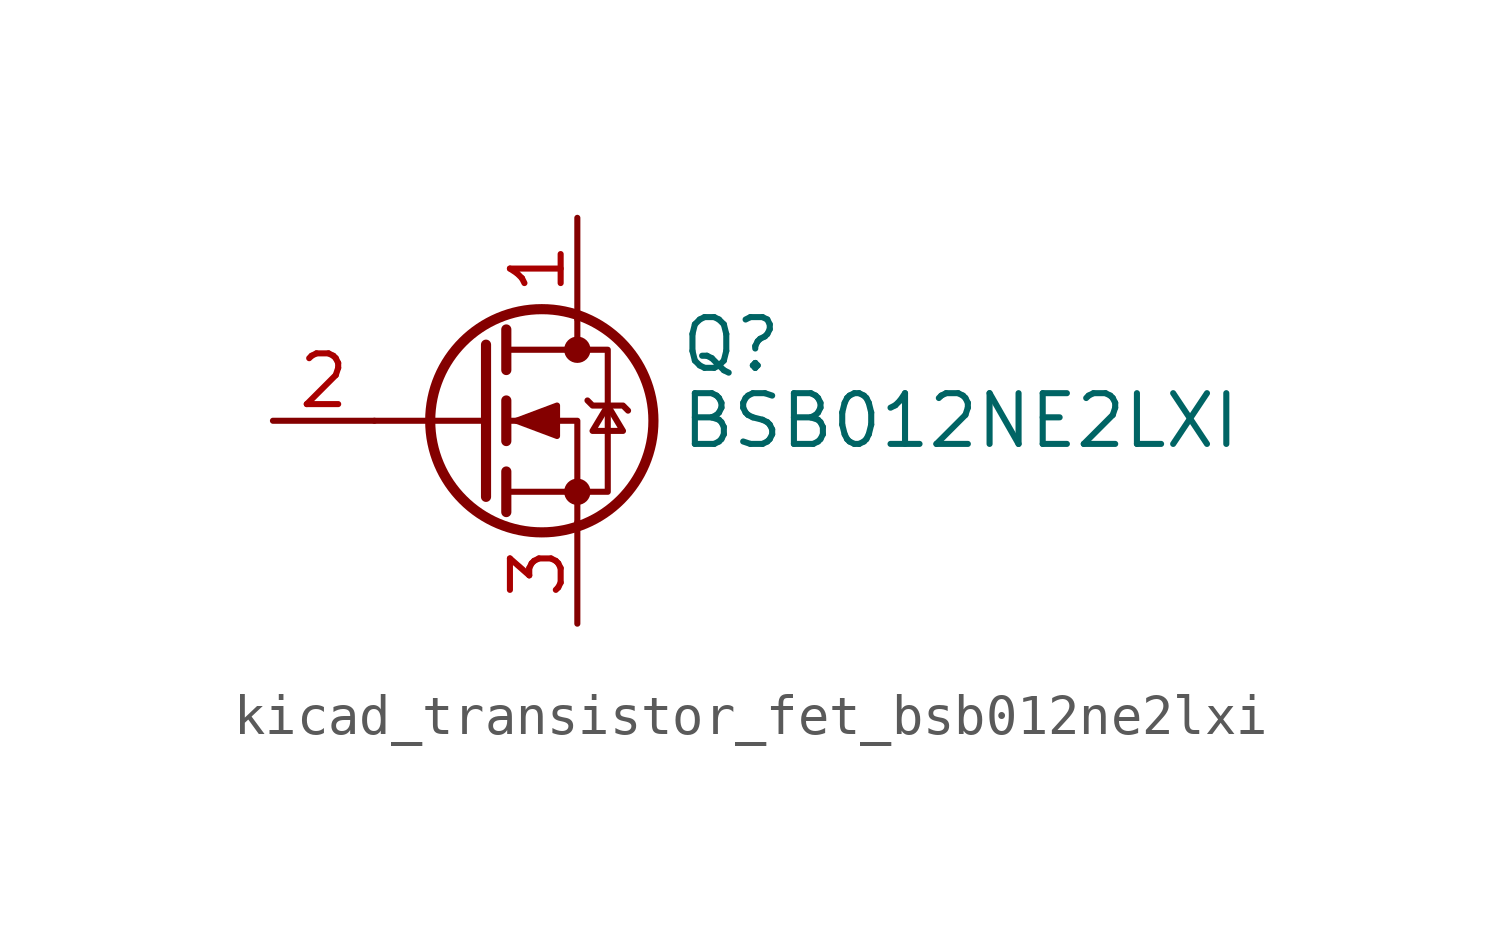
<source format=kicad_sym>
(kicad_symbol_lib
  (version 20220914)
  (generator kicad_symbol_editor)
  (symbol "kicad_transistor_fet_bsb012ne2lxi"
    (pin_names hide)
    (property "Reference" "Q"
      (at 5.08 1.905 0)
      (effects (font (size 1.27 1.27)) (justify left)))
    (property "Value" "BSB012NE2LXI"
      (at 5.08 0 0)
      (effects (font (size 1.27 1.27)) (justify left)))
    (symbol "kicad_transistor_fet_bsb012ne2lxi_0_1"
      (polyline (pts (xy 0.254 0) (xy -2.54 0)) (stroke (width 0) (type default)) (fill (type none)))
      (polyline (pts (xy 0.254 1.905) (xy 0.254 -1.905)) (stroke (width 0.254) (type default)) (fill (type none)))
      (polyline (pts (xy 0.762 -1.27) (xy 0.762 -2.286)) (stroke (width 0.254) (type default)) (fill (type none)))
      (polyline (pts (xy 0.762 0.508) (xy 0.762 -0.508)) (stroke (width 0.254) (type default)) (fill (type none)))
      (polyline (pts (xy 0.762 2.286) (xy 0.762 1.27)) (stroke (width 0.254) (type default)) (fill (type none)))
      (polyline (pts (xy 2.54 2.54) (xy 2.54 1.778)) (stroke (width 0) (type default)) (fill (type none)))
      (polyline (pts (xy 2.54 -2.54) (xy 2.54 0) (xy 0.762 0)) (stroke (width 0) (type default)) (fill (type none)))
      (polyline (pts (xy 0.762 -1.778) (xy 3.302 -1.778) (xy 3.302 1.778) (xy 0.762 1.778)) (stroke (width 0) (type default)) (fill (type none)))
      (polyline (pts (xy 1.016 0) (xy 2.032 0.381) (xy 2.032 -0.381) (xy 1.016 0)) (stroke (width 0) (type default)) (fill (type outline)))
      (polyline (pts (xy 2.794 0.508) (xy 2.921 0.381) (xy 3.683 0.381) (xy 3.81 0.254)) (stroke (width 0) (type default)) (fill (type none)))
      (polyline (pts (xy 3.302 0.381) (xy 2.921 -0.254) (xy 3.683 -0.254) (xy 3.302 0.381)) (stroke (width 0) (type default)) (fill (type none)))
      (circle (center 1.651 0) (radius 2.794) (stroke (width 0.254) (type default)) (fill (type none)))
      (circle (center 2.54 -1.778) (radius 0.254) (stroke (width 0) (type default)) (fill (type outline)))
      (circle (center 2.54 1.778) (radius 0.254) (stroke (width 0) (type default)) (fill (type outline))))
    (symbol "kicad_transistor_fet_bsb012ne2lxi_1_1"
      (pin passive line (at 2.54 5.08 270) (length 2.54) (name "D" (effects (font (size 1.27 1.27)))) (number "1" (effects (font (size 1.27 1.27)))))
      (pin input line (at -5.08 0 0) (length 2.54) (name "G" (effects (font (size 1.27 1.27)))) (number "2" (effects (font (size 1.27 1.27)))))
      (pin passive line (at 2.54 -5.08 90) (length 2.54) (name "S" (effects (font (size 1.27 1.27)))) (number "3" (effects (font (size 1.27 1.27))))))))
</source>
